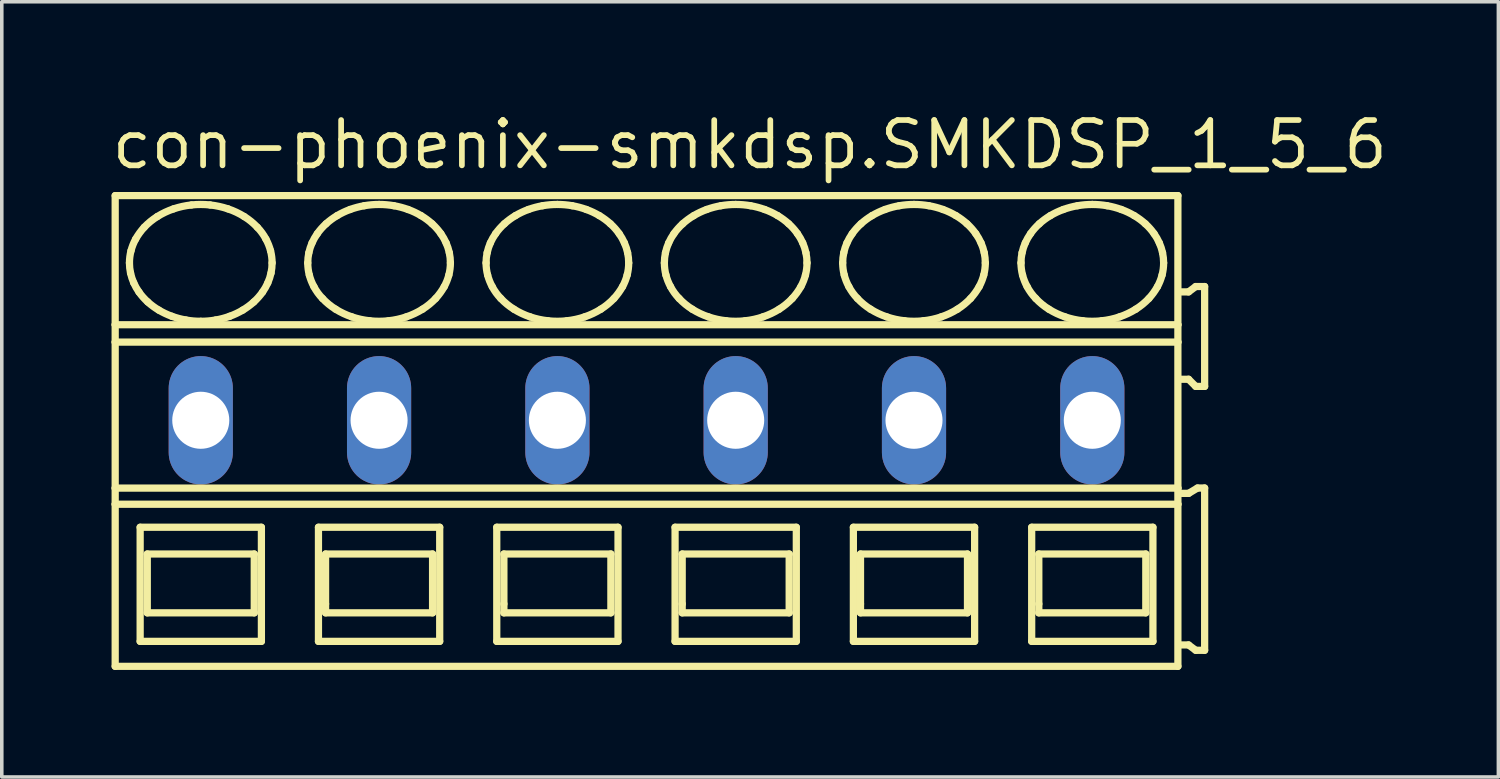
<source format=kicad_pcb>
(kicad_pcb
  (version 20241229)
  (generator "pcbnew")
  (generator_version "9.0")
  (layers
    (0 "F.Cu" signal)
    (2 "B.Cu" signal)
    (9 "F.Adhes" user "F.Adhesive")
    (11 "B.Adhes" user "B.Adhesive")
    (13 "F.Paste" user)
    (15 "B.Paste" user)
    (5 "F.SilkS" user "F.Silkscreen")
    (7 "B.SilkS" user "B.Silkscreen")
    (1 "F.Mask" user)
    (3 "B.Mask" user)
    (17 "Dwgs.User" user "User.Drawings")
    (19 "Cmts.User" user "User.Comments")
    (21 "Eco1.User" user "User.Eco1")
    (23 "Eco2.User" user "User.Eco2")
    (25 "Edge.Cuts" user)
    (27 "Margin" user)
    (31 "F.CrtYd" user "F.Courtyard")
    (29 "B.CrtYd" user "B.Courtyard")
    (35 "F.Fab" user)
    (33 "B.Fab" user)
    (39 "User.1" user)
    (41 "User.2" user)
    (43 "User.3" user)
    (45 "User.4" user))
  (footprint "con-phoenix-smkdsp.SMKDSP_1_5_6"
    (layer "F.Cu")
    (at 5.08 8.735)
    (property "Reference" "con-phoenix-smkdsp.SMKDSP_1_5_6" (at -5.08 -6.985 0) (layer "F.SilkS") (effects (font (size 1.27 1.27) (thickness 0.16)) (justify left bottom)))
    (attr through_hole)
    (fp_line (start -4.9 -6.3) (end -4.9 -2.679) (stroke (width 0.203) (type default)) (layer "F.SilkS"))
    (fp_line (start -4.9 -2.679) (end -4.9 -2.192) (stroke (width 0.203) (type default)) (layer "F.SilkS"))
    (fp_line (start -4.9 -2.192) (end -4.9 1.902) (stroke (width 0.203) (type default)) (layer "F.SilkS"))
    (fp_line (start -4.9 1.902) (end -4.9 2.354) (stroke (width 0.203) (type default)) (layer "F.SilkS"))
    (fp_line (start -4.9 2.354) (end -4.9 6.9) (stroke (width 0.203) (type default)) (layer "F.SilkS"))
    (fp_line (start -4.9 6.9) (end 24.9 6.9) (stroke (width 0.203) (type default)) (layer "F.SilkS"))
    (fp_line (start -4.2 3) (end -4.2 6.2) (stroke (width 0.203) (type default)) (layer "F.SilkS"))
    (fp_line (start -4.2 6.2) (end -0.8 6.2) (stroke (width 0.203) (type default)) (layer "F.SilkS"))
    (fp_line (start -4 3.75) (end -4 5.4) (stroke (width 0.203) (type default)) (layer "F.SilkS"))
    (fp_line (start -4 5.4) (end -1 5.4) (stroke (width 0.203) (type default)) (layer "F.SilkS"))
    (fp_line (start -1 3.75) (end -4 3.75) (stroke (width 0.203) (type default)) (layer "F.SilkS"))
    (fp_line (start -1 5.4) (end -1 3.75) (stroke (width 0.203) (type default)) (layer "F.SilkS"))
    (fp_line (start -0.8 3) (end -4.2 3) (stroke (width 0.203) (type default)) (layer "F.SilkS"))
    (fp_line (start -0.8 6.2) (end -0.8 3) (stroke (width 0.203) (type default)) (layer "F.SilkS"))
    (fp_line (start 0.8 3) (end 0.8 6.2) (stroke (width 0.203) (type default)) (layer "F.SilkS"))
    (fp_line (start 0.8 6.2) (end 4.2 6.2) (stroke (width 0.203) (type default)) (layer "F.SilkS"))
    (fp_line (start 1 3.75) (end 1 5.15) (stroke (width 0.203) (type default)) (layer "F.SilkS"))
    (fp_line (start 1 5.15) (end 1 5.4) (stroke (width 0.203) (type default)) (layer "F.SilkS"))
    (fp_line (start 1 5.4) (end 4 5.4) (stroke (width 0.203) (type default)) (layer "F.SilkS"))
    (fp_line (start 4 3.75) (end 1 3.75) (stroke (width 0.203) (type default)) (layer "F.SilkS"))
    (fp_line (start 4 5.4) (end 4 3.75) (stroke (width 0.203) (type default)) (layer "F.SilkS"))
    (fp_line (start 4.2 3) (end 0.8 3) (stroke (width 0.203) (type default)) (layer "F.SilkS"))
    (fp_line (start 4.2 6.2) (end 4.2 3) (stroke (width 0.203) (type default)) (layer "F.SilkS"))
    (fp_line (start 5.8 3) (end 5.8 6.2) (stroke (width 0.203) (type default)) (layer "F.SilkS"))
    (fp_line (start 5.8 6.2) (end 9.2 6.2) (stroke (width 0.203) (type default)) (layer "F.SilkS"))
    (fp_line (start 6 3.75) (end 6 5.15) (stroke (width 0.203) (type default)) (layer "F.SilkS"))
    (fp_line (start 6 5.15) (end 6 5.4) (stroke (width 0.203) (type default)) (layer "F.SilkS"))
    (fp_line (start 6 5.4) (end 9 5.4) (stroke (width 0.203) (type default)) (layer "F.SilkS"))
    (fp_line (start 9 3.75) (end 6 3.75) (stroke (width 0.203) (type default)) (layer "F.SilkS"))
    (fp_line (start 9 5.4) (end 9 3.75) (stroke (width 0.203) (type default)) (layer "F.SilkS"))
    (fp_line (start 9.2 3) (end 5.8 3) (stroke (width 0.203) (type default)) (layer "F.SilkS"))
    (fp_line (start 9.2 6.2) (end 9.2 3) (stroke (width 0.203) (type default)) (layer "F.SilkS"))
    (fp_line (start 10.8 3) (end 10.8 6.2) (stroke (width 0.203) (type default)) (layer "F.SilkS"))
    (fp_line (start 10.8 6.2) (end 14.2 6.2) (stroke (width 0.203) (type default)) (layer "F.SilkS"))
    (fp_line (start 11 3.75) (end 11 5.15) (stroke (width 0.203) (type default)) (layer "F.SilkS"))
    (fp_line (start 11 5.15) (end 11 5.4) (stroke (width 0.203) (type default)) (layer "F.SilkS"))
    (fp_line (start 11 5.4) (end 14 5.4) (stroke (width 0.203) (type default)) (layer "F.SilkS"))
    (fp_line (start 14 3.75) (end 11 3.75) (stroke (width 0.203) (type default)) (layer "F.SilkS"))
    (fp_line (start 14 5.4) (end 14 3.75) (stroke (width 0.203) (type default)) (layer "F.SilkS"))
    (fp_line (start 14.2 3) (end 10.8 3) (stroke (width 0.203) (type default)) (layer "F.SilkS"))
    (fp_line (start 14.2 6.2) (end 14.2 3) (stroke (width 0.203) (type default)) (layer "F.SilkS"))
    (fp_line (start 15.8 3) (end 15.8 6.2) (stroke (width 0.203) (type default)) (layer "F.SilkS"))
    (fp_line (start 15.8 6.2) (end 19.2 6.2) (stroke (width 0.203) (type default)) (layer "F.SilkS"))
    (fp_line (start 16 3.75) (end 16 5.15) (stroke (width 0.203) (type default)) (layer "F.SilkS"))
    (fp_line (start 16 5.15) (end 16 5.4) (stroke (width 0.203) (type default)) (layer "F.SilkS"))
    (fp_line (start 16 5.4) (end 19 5.4) (stroke (width 0.203) (type default)) (layer "F.SilkS"))
    (fp_line (start 19 3.75) (end 16 3.75) (stroke (width 0.203) (type default)) (layer "F.SilkS"))
    (fp_line (start 19 5.4) (end 19 3.75) (stroke (width 0.203) (type default)) (layer "F.SilkS"))
    (fp_line (start 19.2 3) (end 15.8 3) (stroke (width 0.203) (type default)) (layer "F.SilkS"))
    (fp_line (start 19.2 6.2) (end 19.2 3) (stroke (width 0.203) (type default)) (layer "F.SilkS"))
    (fp_line (start 20.8 3) (end 20.8 6.2) (stroke (width 0.203) (type default)) (layer "F.SilkS"))
    (fp_line (start 20.8 6.2) (end 24.2 6.2) (stroke (width 0.203) (type default)) (layer "F.SilkS"))
    (fp_line (start 21 3.75) (end 21 5.15) (stroke (width 0.203) (type default)) (layer "F.SilkS"))
    (fp_line (start 21 5.15) (end 21 5.4) (stroke (width 0.203) (type default)) (layer "F.SilkS"))
    (fp_line (start 21 5.4) (end 24 5.4) (stroke (width 0.203) (type default)) (layer "F.SilkS"))
    (fp_line (start 24 3.75) (end 21 3.75) (stroke (width 0.203) (type default)) (layer "F.SilkS"))
    (fp_line (start 24 5.4) (end 24 3.75) (stroke (width 0.203) (type default)) (layer "F.SilkS"))
    (fp_line (start 24.2 3) (end 20.8 3) (stroke (width 0.203) (type default)) (layer "F.SilkS"))
    (fp_line (start 24.2 6.2) (end 24.2 3) (stroke (width 0.203) (type default)) (layer "F.SilkS"))
    (fp_line (start 24.9 -6.3) (end -4.9 -6.3) (stroke (width 0.203) (type default)) (layer "F.SilkS"))
    (fp_line (start 24.9 -2.679) (end -4.9 -2.679) (stroke (width 0.203) (type default)) (layer "F.SilkS"))
    (fp_line (start 24.9 -2.679) (end 24.9 -6.3) (stroke (width 0.203) (type default)) (layer "F.SilkS"))
    (fp_line (start 24.9 -2.192) (end -4.9 -2.192) (stroke (width 0.203) (type default)) (layer "F.SilkS"))
    (fp_line (start 24.9 -2.192) (end 24.9 -2.679) (stroke (width 0.203) (type default)) (layer "F.SilkS"))
    (fp_line (start 24.9 1.902) (end -4.9 1.902) (stroke (width 0.203) (type default)) (layer "F.SilkS"))
    (fp_line (start 24.9 1.902) (end 24.9 -2.192) (stroke (width 0.203) (type default)) (layer "F.SilkS"))
    (fp_line (start 24.9 2.354) (end -4.9 2.354) (stroke (width 0.203) (type default)) (layer "F.SilkS"))
    (fp_line (start 24.9 2.354) (end 24.9 1.902) (stroke (width 0.203) (type default)) (layer "F.SilkS"))
    (fp_line (start 24.9 6.9) (end 24.9 2.354) (stroke (width 0.203) (type default)) (layer "F.SilkS"))
    (fp_line (start 25 -1.15) (end 25.2 -1.15) (stroke (width 0.203) (type default)) (layer "F.SilkS"))
    (fp_line (start 25 6.3) (end 25.2 6.3) (stroke (width 0.203) (type default)) (layer "F.SilkS"))
    (fp_line (start 25.2 -3.6) (end 25 -3.6) (stroke (width 0.203) (type default)) (layer "F.SilkS"))
    (fp_line (start 25.2 -1.15) (end 25.4 -0.95) (stroke (width 0.203) (type default)) (layer "F.SilkS"))
    (fp_line (start 25.2 2.05) (end 25 2.05) (stroke (width 0.203) (type default)) (layer "F.SilkS"))
    (fp_line (start 25.2 6.3) (end 25.4 6.45) (stroke (width 0.203) (type default)) (layer "F.SilkS"))
    (fp_line (start 25.4 -3.75) (end 25.2 -3.6) (stroke (width 0.203) (type default)) (layer "F.SilkS"))
    (fp_line (start 25.4 -0.95) (end 25.65 -0.95) (stroke (width 0.203) (type default)) (layer "F.SilkS"))
    (fp_line (start 25.4 6.45) (end 25.65 6.45) (stroke (width 0.203) (type default)) (layer "F.SilkS"))
    (fp_line (start 25.45 1.9) (end 25.2 2.05) (stroke (width 0.203) (type default)) (layer "F.SilkS"))
    (fp_line (start 25.65 -3.75) (end 25.4 -3.75) (stroke (width 0.203) (type default)) (layer "F.SilkS"))
    (fp_line (start 25.65 -0.95) (end 25.65 -3.75) (stroke (width 0.203) (type default)) (layer "F.SilkS"))
    (fp_line (start 25.65 1.9) (end 25.45 1.9) (stroke (width 0.203) (type default)) (layer "F.SilkS"))
    (fp_line (start 25.65 6.45) (end 25.65 1.9) (stroke (width 0.203) (type default)) (layer "F.SilkS"))
    (fp_arc (start -4.5 -4.4136) (mid -4.488905 -4.585389) (end -4.4562 -4.7544) (stroke (width 0.2032) (type default)) (layer "F.SilkS"))
    (fp_arc (start -4.4695 -4.1287) (mid -4.492309 -4.270341) (end -4.5 -4.4136) (stroke (width 0.2032) (type default)) (layer "F.SilkS"))
    (fp_arc (start -4.4562 -4.7544) (mid -4.401558 -4.920839) (end -4.3273 -5.0795) (stroke (width 0.2032) (type default)) (layer "F.SilkS"))
    (fp_arc (start -4.3795 -3.8536) (mid -4.431599 -3.988827) (end -4.4695 -4.1287) (stroke (width 0.2032) (type default)) (layer "F.SilkS"))
    (fp_arc (start -4.3274 -5.0795) (mid -4.216217 -5.252167) (end -4.0864 -5.4113) (stroke (width 0.2032) (type default)) (layer "F.SilkS"))
    (fp_arc (start -4.232 -3.5945) (mid -4.312155 -3.720404) (end -4.3795 -3.8536) (stroke (width 0.2032) (type default)) (layer "F.SilkS"))
    (fp_arc (start -4.0864 -5.4113) (mid -3.911717 -5.573771) (end -3.718 -5.713) (stroke (width 0.2032) (type default)) (layer "F.SilkS"))
    (fp_arc (start -3.9861 -3.3171) (mid -4.116737 -3.448975) (end -4.2321 -3.5944) (stroke (width 0.2032) (type default)) (layer "F.SilkS"))
    (fp_arc (start -3.718 -5.713) (mid -3.497651 -5.83326) (end -3.2649 -5.9273) (stroke (width 0.2032) (type default)) (layer "F.SilkS"))
    (fp_arc (start -3.676 -3.0884) (mid -3.836846 -3.19489) (end -3.9861 -3.3171) (stroke (width 0.2032) (type default)) (layer "F.SilkS"))
    (fp_arc (start -3.313 -2.9167) (mid -3.498551 -2.993985) (end -3.676 -3.0884) (stroke (width 0.2032) (type default)) (layer "F.SilkS"))
    (fp_arc (start -3.2649 -5.9273) (mid -3.016253 -5.996227) (end -2.7616 -6.0378) (stroke (width 0.2032) (type default)) (layer "F.SilkS"))
    (fp_arc (start -2.9161 -2.8111) (mid -3.116893 -2.855096) (end -3.313 -2.9167) (stroke (width 0.2032) (type default)) (layer "F.SilkS"))
    (fp_arc (start -2.7616 -6.0378) (mid -2.5 -6.051841) (end -2.2384 -6.0378) (stroke (width 0.2032) (type default)) (layer "F.SilkS"))
    (fp_arc (start -2.5 -2.7752) (mid -2.708826 -2.784159) (end -2.9161 -2.8111) (stroke (width 0.2032) (type default)) (layer "F.SilkS"))
    (fp_arc (start -2.2384 -6.0378) (mid -1.983714 -5.996378) (end -1.7351 -5.9273) (stroke (width 0.2032) (type default)) (layer "F.SilkS"))
    (fp_arc (start -2.0839 -2.8111) (mid -2.291182 -2.784277) (end -2.5 -2.7753) (stroke (width 0.2032) (type default)) (layer "F.SilkS"))
    (fp_arc (start -1.7351 -5.9273) (mid -1.502222 -5.83353) (end -1.282 -5.713) (stroke (width 0.2032) (type default)) (layer "F.SilkS"))
    (fp_arc (start -1.687 -2.9167) (mid -1.883128 -2.855175) (end -2.0839 -2.8111) (stroke (width 0.2032) (type default)) (layer "F.SilkS"))
    (fp_arc (start -1.324 -3.0884) (mid -1.501514 -2.994123) (end -1.687 -2.9167) (stroke (width 0.2032) (type default)) (layer "F.SilkS"))
    (fp_arc (start -1.282 -5.713) (mid -1.088036 -5.574073) (end -0.9136 -5.4113) (stroke (width 0.2032) (type default)) (layer "F.SilkS"))
    (fp_arc (start -1.0139 -3.3171) (mid -1.163276 -3.195057) (end -1.324 -3.0884) (stroke (width 0.2032) (type default)) (layer "F.SilkS"))
    (fp_arc (start -0.9137 -5.4112) (mid -0.781313 -5.253987) (end -0.6727 -5.0795) (stroke (width 0.2032) (type default)) (layer "F.SilkS"))
    (fp_arc (start -0.7679 -3.5944) (mid -0.88339 -3.449088) (end -1.0139 -3.3171) (stroke (width 0.2032) (type default)) (layer "F.SilkS"))
    (fp_arc (start -0.6727 -5.0795) (mid -0.598286 -4.920901) (end -0.5438 -4.7544) (stroke (width 0.2032) (type default)) (layer "F.SilkS"))
    (fp_arc (start -0.6204 -3.8536) (mid -0.687861 -3.720421) (end -0.7679 -3.5944) (stroke (width 0.2032) (type default)) (layer "F.SilkS"))
    (fp_arc (start -0.5438 -4.7544) (mid -0.511083 -4.58539) (end -0.5 -4.4136) (stroke (width 0.2032) (type default)) (layer "F.SilkS"))
    (fp_arc (start -0.5305 -4.1287) (mid -0.568473 -3.988851) (end -0.6205 -3.8536) (stroke (width 0.2032) (type default)) (layer "F.SilkS"))
    (fp_arc (start -0.5001 -4.4136) (mid -0.50774 -4.270343) (end -0.5305 -4.1287) (stroke (width 0.2032) (type default)) (layer "F.SilkS"))
    (fp_arc (start 0.5 -4.4136) (mid 0.507693 -4.556809) (end 0.5305 -4.6984) (stroke (width 0.2032) (type default)) (layer "F.SilkS"))
    (fp_arc (start 0.5305 -4.6984) (mid 0.568467 -4.8383) (end 0.6205 -4.9736) (stroke (width 0.2032) (type default)) (layer "F.SilkS"))
    (fp_arc (start 0.5438 -4.0727) (mid 0.511073 -4.241759) (end 0.5 -4.4136) (stroke (width 0.2032) (type default)) (layer "F.SilkS"))
    (fp_arc (start 0.6204 -4.9736) (mid 0.687866 -5.106728) (end 0.7679 -5.2327) (stroke (width 0.2032) (type default)) (layer "F.SilkS"))
    (fp_arc (start 0.6727 -3.7476) (mid 0.598288 -3.9062) (end 0.5438 -4.0727) (stroke (width 0.2032) (type default)) (layer "F.SilkS"))
    (fp_arc (start 0.7679 -5.2327) (mid 0.883386 -5.378016) (end 1.0139 -5.51) (stroke (width 0.2032) (type default)) (layer "F.SilkS"))
    (fp_arc (start 0.9136 -3.4159) (mid 0.781267 -3.57312) (end 0.6727 -3.7476) (stroke (width 0.2032) (type default)) (layer "F.SilkS"))
    (fp_arc (start 1.0139 -5.51) (mid 1.163277 -5.632042) (end 1.324 -5.7387) (stroke (width 0.2032) (type default)) (layer "F.SilkS"))
    (fp_arc (start 1.282 -3.1141) (mid 1.088032 -3.253077) (end 0.9136 -3.4159) (stroke (width 0.2032) (type default)) (layer "F.SilkS"))
    (fp_arc (start 1.324 -5.7387) (mid 1.501514 -5.832977) (end 1.687 -5.9104) (stroke (width 0.2032) (type default)) (layer "F.SilkS"))
    (fp_arc (start 1.687 -5.9104) (mid 1.883128 -5.971925) (end 2.0839 -6.016) (stroke (width 0.2032) (type default)) (layer "F.SilkS"))
    (fp_arc (start 1.7351 -2.8998) (mid 1.502222 -2.993571) (end 1.282 -3.1141) (stroke (width 0.2032) (type default)) (layer "F.SilkS"))
    (fp_arc (start 2.0839 -6.0161) (mid 2.291183 -6.042919) (end 2.5 -6.0519) (stroke (width 0.2032) (type default)) (layer "F.SilkS"))
    (fp_arc (start 2.2384 -2.7893) (mid 1.983714 -2.830721) (end 1.7351 -2.8998) (stroke (width 0.2032) (type default)) (layer "F.SilkS"))
    (fp_arc (start 2.5 -6.0519) (mid 2.708826 -6.042941) (end 2.9161 -6.016) (stroke (width 0.2032) (type default)) (layer "F.SilkS"))
    (fp_arc (start 2.7616 -2.7893) (mid 2.5 -2.775259) (end 2.2384 -2.7893) (stroke (width 0.2032) (type default)) (layer "F.SilkS"))
    (fp_arc (start 2.9161 -6.016) (mid 3.116893 -5.972004) (end 3.313 -5.9104) (stroke (width 0.2032) (type default)) (layer "F.SilkS"))
    (fp_arc (start 3.2649 -2.8998) (mid 3.016253 -2.830873) (end 2.7616 -2.7893) (stroke (width 0.2032) (type default)) (layer "F.SilkS"))
    (fp_arc (start 3.313 -5.9104) (mid 3.498552 -5.833116) (end 3.676 -5.7387) (stroke (width 0.2032) (type default)) (layer "F.SilkS"))
    (fp_arc (start 3.676 -5.7387) (mid 3.836846 -5.632209) (end 3.9861 -5.51) (stroke (width 0.2032) (type default)) (layer "F.SilkS"))
    (fp_arc (start 3.718 -3.1141) (mid 3.497651 -2.993839) (end 3.2649 -2.8998) (stroke (width 0.2032) (type default)) (layer "F.SilkS"))
    (fp_arc (start 3.9861 -5.51) (mid 4.116738 -5.378126) (end 4.2321 -5.2327) (stroke (width 0.2032) (type default)) (layer "F.SilkS"))
    (fp_arc (start 4.0864 -3.4159) (mid 3.911721 -3.253378) (end 3.718 -3.1141) (stroke (width 0.2032) (type default)) (layer "F.SilkS"))
    (fp_arc (start 4.2321 -5.2327) (mid 4.312204 -5.106793) (end 4.3795 -4.9736) (stroke (width 0.2032) (type default)) (layer "F.SilkS"))
    (fp_arc (start 4.3273 -3.7476) (mid 4.216161 -3.574988) (end 4.0864 -3.4159) (stroke (width 0.2032) (type default)) (layer "F.SilkS"))
    (fp_arc (start 4.3795 -4.9736) (mid 4.431605 -4.838324) (end 4.4695 -4.6984) (stroke (width 0.2032) (type default)) (layer "F.SilkS"))
    (fp_arc (start 4.4562 -4.0727) (mid 4.401557 -3.906262) (end 4.3273 -3.7476) (stroke (width 0.2032) (type default)) (layer "F.SilkS"))
    (fp_arc (start 4.4695 -4.6984) (mid 4.4923 -4.556809) (end 4.5 -4.4136) (stroke (width 0.2032) (type default)) (layer "F.SilkS"))
    (fp_arc (start 4.5 -4.4136) (mid 4.488914 -4.241761) (end 4.4562 -4.0727) (stroke (width 0.2032) (type default)) (layer "F.SilkS"))
    (fp_arc (start 5.5 -4.4136) (mid 5.507693 -4.556809) (end 5.5305 -4.6984) (stroke (width 0.2032) (type default)) (layer "F.SilkS"))
    (fp_arc (start 5.5305 -4.6984) (mid 5.568467 -4.8383) (end 5.6205 -4.9736) (stroke (width 0.2032) (type default)) (layer "F.SilkS"))
    (fp_arc (start 5.5438 -4.0727) (mid 5.511073 -4.241759) (end 5.5 -4.4136) (stroke (width 0.2032) (type default)) (layer "F.SilkS"))
    (fp_arc (start 5.6204 -4.9736) (mid 5.687866 -5.106728) (end 5.7679 -5.2327) (stroke (width 0.2032) (type default)) (layer "F.SilkS"))
    (fp_arc (start 5.6727 -3.7476) (mid 5.598288 -3.9062) (end 5.5438 -4.0727) (stroke (width 0.2032) (type default)) (layer "F.SilkS"))
    (fp_arc (start 5.7679 -5.2327) (mid 5.883386 -5.378016) (end 6.0139 -5.51) (stroke (width 0.2032) (type default)) (layer "F.SilkS"))
    (fp_arc (start 5.9136 -3.4159) (mid 5.781267 -3.57312) (end 5.6727 -3.7476) (stroke (width 0.2032) (type default)) (layer "F.SilkS"))
    (fp_arc (start 6.0139 -5.51) (mid 6.163277 -5.632042) (end 6.324 -5.7387) (stroke (width 0.2032) (type default)) (layer "F.SilkS"))
    (fp_arc (start 6.282 -3.1141) (mid 6.088032 -3.253077) (end 5.9136 -3.4159) (stroke (width 0.2032) (type default)) (layer "F.SilkS"))
    (fp_arc (start 6.324 -5.7387) (mid 6.501514 -5.832977) (end 6.687 -5.9104) (stroke (width 0.2032) (type default)) (layer "F.SilkS"))
    (fp_arc (start 6.687 -5.9104) (mid 6.883128 -5.971925) (end 7.0839 -6.016) (stroke (width 0.2032) (type default)) (layer "F.SilkS"))
    (fp_arc (start 6.7351 -2.8998) (mid 6.502222 -2.993571) (end 6.282 -3.1141) (stroke (width 0.2032) (type default)) (layer "F.SilkS"))
    (fp_arc (start 7.0839 -6.0161) (mid 7.291183 -6.042919) (end 7.5 -6.0519) (stroke (width 0.2032) (type default)) (layer "F.SilkS"))
    (fp_arc (start 7.2384 -2.7893) (mid 6.983714 -2.830721) (end 6.7351 -2.8998) (stroke (width 0.2032) (type default)) (layer "F.SilkS"))
    (fp_arc (start 7.5 -6.0519) (mid 7.708826 -6.042941) (end 7.9161 -6.016) (stroke (width 0.2032) (type default)) (layer "F.SilkS"))
    (fp_arc (start 7.7616 -2.7893) (mid 7.5 -2.775259) (end 7.2384 -2.7893) (stroke (width 0.2032) (type default)) (layer "F.SilkS"))
    (fp_arc (start 7.9161 -6.016) (mid 8.116893 -5.972004) (end 8.313 -5.9104) (stroke (width 0.2032) (type default)) (layer "F.SilkS"))
    (fp_arc (start 8.2649 -2.8998) (mid 8.016253 -2.830873) (end 7.7616 -2.7893) (stroke (width 0.2032) (type default)) (layer "F.SilkS"))
    (fp_arc (start 8.313 -5.9104) (mid 8.498552 -5.833116) (end 8.676 -5.7387) (stroke (width 0.2032) (type default)) (layer "F.SilkS"))
    (fp_arc (start 8.676 -5.7387) (mid 8.836846 -5.632209) (end 8.9861 -5.51) (stroke (width 0.2032) (type default)) (layer "F.SilkS"))
    (fp_arc (start 8.718 -3.1141) (mid 8.497651 -2.993839) (end 8.2649 -2.8998) (stroke (width 0.2032) (type default)) (layer "F.SilkS"))
    (fp_arc (start 8.9861 -5.51) (mid 9.116738 -5.378126) (end 9.2321 -5.2327) (stroke (width 0.2032) (type default)) (layer "F.SilkS"))
    (fp_arc (start 9.0864 -3.4159) (mid 8.911721 -3.253378) (end 8.718 -3.1141) (stroke (width 0.2032) (type default)) (layer "F.SilkS"))
    (fp_arc (start 9.2321 -5.2327) (mid 9.312204 -5.106793) (end 9.3795 -4.9736) (stroke (width 0.2032) (type default)) (layer "F.SilkS"))
    (fp_arc (start 9.3273 -3.7476) (mid 9.216161 -3.574988) (end 9.0864 -3.4159) (stroke (width 0.2032) (type default)) (layer "F.SilkS"))
    (fp_arc (start 9.3795 -4.9736) (mid 9.431605 -4.838324) (end 9.4695 -4.6984) (stroke (width 0.2032) (type default)) (layer "F.SilkS"))
    (fp_arc (start 9.4562 -4.0727) (mid 9.401557 -3.906262) (end 9.3273 -3.7476) (stroke (width 0.2032) (type default)) (layer "F.SilkS"))
    (fp_arc (start 9.4695 -4.6984) (mid 9.4923 -4.556809) (end 9.5 -4.4136) (stroke (width 0.2032) (type default)) (layer "F.SilkS"))
    (fp_arc (start 9.5 -4.4136) (mid 9.488914 -4.241761) (end 9.4562 -4.0727) (stroke (width 0.2032) (type default)) (layer "F.SilkS"))
    (fp_arc (start 10.5 -4.4136) (mid 10.507693 -4.556809) (end 10.5305 -4.6984) (stroke (width 0.2032) (type default)) (layer "F.SilkS"))
    (fp_arc (start 10.5305 -4.6984) (mid 10.568467 -4.8383) (end 10.6205 -4.9736) (stroke (width 0.2032) (type default)) (layer "F.SilkS"))
    (fp_arc (start 10.5438 -4.0727) (mid 10.511073 -4.241759) (end 10.5 -4.4136) (stroke (width 0.2032) (type default)) (layer "F.SilkS"))
    (fp_arc (start 10.6204 -4.9736) (mid 10.687866 -5.106728) (end 10.7679 -5.2327) (stroke (width 0.2032) (type default)) (layer "F.SilkS"))
    (fp_arc (start 10.6727 -3.7476) (mid 10.598288 -3.9062) (end 10.5438 -4.0727) (stroke (width 0.2032) (type default)) (layer "F.SilkS"))
    (fp_arc (start 10.7679 -5.2327) (mid 10.883386 -5.378016) (end 11.0139 -5.51) (stroke (width 0.2032) (type default)) (layer "F.SilkS"))
    (fp_arc (start 10.9136 -3.4159) (mid 10.781267 -3.57312) (end 10.6727 -3.7476) (stroke (width 0.2032) (type default)) (layer "F.SilkS"))
    (fp_arc (start 11.0139 -5.51) (mid 11.163277 -5.632042) (end 11.324 -5.7387) (stroke (width 0.2032) (type default)) (layer "F.SilkS"))
    (fp_arc (start 11.282 -3.1141) (mid 11.088032 -3.253077) (end 10.9136 -3.4159) (stroke (width 0.2032) (type default)) (layer "F.SilkS"))
    (fp_arc (start 11.324 -5.7387) (mid 11.501514 -5.832977) (end 11.687 -5.9104) (stroke (width 0.2032) (type default)) (layer "F.SilkS"))
    (fp_arc (start 11.687 -5.9104) (mid 11.883128 -5.971925) (end 12.0839 -6.016) (stroke (width 0.2032) (type default)) (layer "F.SilkS"))
    (fp_arc (start 11.7351 -2.8998) (mid 11.502222 -2.993571) (end 11.282 -3.1141) (stroke (width 0.2032) (type default)) (layer "F.SilkS"))
    (fp_arc (start 12.0839 -6.0161) (mid 12.291183 -6.042919) (end 12.5 -6.0519) (stroke (width 0.2032) (type default)) (layer "F.SilkS"))
    (fp_arc (start 12.2384 -2.7893) (mid 11.983714 -2.830721) (end 11.7351 -2.8998) (stroke (width 0.2032) (type default)) (layer "F.SilkS"))
    (fp_arc (start 12.5 -6.0519) (mid 12.708826 -6.042941) (end 12.9161 -6.016) (stroke (width 0.2032) (type default)) (layer "F.SilkS"))
    (fp_arc (start 12.7616 -2.7893) (mid 12.5 -2.775259) (end 12.2384 -2.7893) (stroke (width 0.2032) (type default)) (layer "F.SilkS"))
    (fp_arc (start 12.9161 -6.016) (mid 13.116893 -5.972004) (end 13.313 -5.9104) (stroke (width 0.2032) (type default)) (layer "F.SilkS"))
    (fp_arc (start 13.2649 -2.8998) (mid 13.016253 -2.830873) (end 12.7616 -2.7893) (stroke (width 0.2032) (type default)) (layer "F.SilkS"))
    (fp_arc (start 13.313 -5.9104) (mid 13.498552 -5.833116) (end 13.676 -5.7387) (stroke (width 0.2032) (type default)) (layer "F.SilkS"))
    (fp_arc (start 13.676 -5.7387) (mid 13.836846 -5.632209) (end 13.9861 -5.51) (stroke (width 0.2032) (type default)) (layer "F.SilkS"))
    (fp_arc (start 13.718 -3.1141) (mid 13.497651 -2.993839) (end 13.2649 -2.8998) (stroke (width 0.2032) (type default)) (layer "F.SilkS"))
    (fp_arc (start 13.9861 -5.51) (mid 14.116738 -5.378126) (end 14.2321 -5.2327) (stroke (width 0.2032) (type default)) (layer "F.SilkS"))
    (fp_arc (start 14.0864 -3.4159) (mid 13.911721 -3.253378) (end 13.718 -3.1141) (stroke (width 0.2032) (type default)) (layer "F.SilkS"))
    (fp_arc (start 14.2321 -5.2327) (mid 14.312204 -5.106793) (end 14.3795 -4.9736) (stroke (width 0.2032) (type default)) (layer "F.SilkS"))
    (fp_arc (start 14.3273 -3.7476) (mid 14.216161 -3.574988) (end 14.0864 -3.4159) (stroke (width 0.2032) (type default)) (layer "F.SilkS"))
    (fp_arc (start 14.3795 -4.9736) (mid 14.431605 -4.838324) (end 14.4695 -4.6984) (stroke (width 0.2032) (type default)) (layer "F.SilkS"))
    (fp_arc (start 14.4562 -4.0727) (mid 14.401557 -3.906262) (end 14.3273 -3.7476) (stroke (width 0.2032) (type default)) (layer "F.SilkS"))
    (fp_arc (start 14.4695 -4.6984) (mid 14.4923 -4.556809) (end 14.5 -4.4136) (stroke (width 0.2032) (type default)) (layer "F.SilkS"))
    (fp_arc (start 14.5 -4.4136) (mid 14.488914 -4.241761) (end 14.4562 -4.0727) (stroke (width 0.2032) (type default)) (layer "F.SilkS"))
    (fp_arc (start 15.5 -4.4136) (mid 15.507693 -4.556809) (end 15.5305 -4.6984) (stroke (width 0.2032) (type default)) (layer "F.SilkS"))
    (fp_arc (start 15.5305 -4.6984) (mid 15.568467 -4.8383) (end 15.6205 -4.9736) (stroke (width 0.2032) (type default)) (layer "F.SilkS"))
    (fp_arc (start 15.5438 -4.0727) (mid 15.511073 -4.241759) (end 15.5 -4.4136) (stroke (width 0.2032) (type default)) (layer "F.SilkS"))
    (fp_arc (start 15.6204 -4.9736) (mid 15.687866 -5.106728) (end 15.7679 -5.2327) (stroke (width 0.2032) (type default)) (layer "F.SilkS"))
    (fp_arc (start 15.6727 -3.7476) (mid 15.598288 -3.9062) (end 15.5438 -4.0727) (stroke (width 0.2032) (type default)) (layer "F.SilkS"))
    (fp_arc (start 15.7679 -5.2327) (mid 15.883386 -5.378016) (end 16.0139 -5.51) (stroke (width 0.2032) (type default)) (layer "F.SilkS"))
    (fp_arc (start 15.9136 -3.4159) (mid 15.781267 -3.57312) (end 15.6727 -3.7476) (stroke (width 0.2032) (type default)) (layer "F.SilkS"))
    (fp_arc (start 16.0139 -5.51) (mid 16.163277 -5.632042) (end 16.324 -5.7387) (stroke (width 0.2032) (type default)) (layer "F.SilkS"))
    (fp_arc (start 16.282 -3.1141) (mid 16.088032 -3.253077) (end 15.9136 -3.4159) (stroke (width 0.2032) (type default)) (layer "F.SilkS"))
    (fp_arc (start 16.324 -5.7387) (mid 16.501514 -5.832977) (end 16.687 -5.9104) (stroke (width 0.2032) (type default)) (layer "F.SilkS"))
    (fp_arc (start 16.687 -5.9104) (mid 16.883128 -5.971925) (end 17.0839 -6.016) (stroke (width 0.2032) (type default)) (layer "F.SilkS"))
    (fp_arc (start 16.7351 -2.8998) (mid 16.502222 -2.993571) (end 16.282 -3.1141) (stroke (width 0.2032) (type default)) (layer "F.SilkS"))
    (fp_arc (start 17.0839 -6.0161) (mid 17.291183 -6.042919) (end 17.5 -6.0519) (stroke (width 0.2032) (type default)) (layer "F.SilkS"))
    (fp_arc (start 17.2384 -2.7893) (mid 16.983714 -2.830721) (end 16.7351 -2.8998) (stroke (width 0.2032) (type default)) (layer "F.SilkS"))
    (fp_arc (start 17.5 -6.0519) (mid 17.708826 -6.042941) (end 17.9161 -6.016) (stroke (width 0.2032) (type default)) (layer "F.SilkS"))
    (fp_arc (start 17.7616 -2.7893) (mid 17.5 -2.775259) (end 17.2384 -2.7893) (stroke (width 0.2032) (type default)) (layer "F.SilkS"))
    (fp_arc (start 17.9161 -6.016) (mid 18.116893 -5.972004) (end 18.313 -5.9104) (stroke (width 0.2032) (type default)) (layer "F.SilkS"))
    (fp_arc (start 18.2649 -2.8998) (mid 18.016253 -2.830873) (end 17.7616 -2.7893) (stroke (width 0.2032) (type default)) (layer "F.SilkS"))
    (fp_arc (start 18.313 -5.9104) (mid 18.498552 -5.833116) (end 18.676 -5.7387) (stroke (width 0.2032) (type default)) (layer "F.SilkS"))
    (fp_arc (start 18.676 -5.7387) (mid 18.836846 -5.632209) (end 18.9861 -5.51) (stroke (width 0.2032) (type default)) (layer "F.SilkS"))
    (fp_arc (start 18.718 -3.1141) (mid 18.497651 -2.993839) (end 18.2649 -2.8998) (stroke (width 0.2032) (type default)) (layer "F.SilkS"))
    (fp_arc (start 18.9861 -5.51) (mid 19.116738 -5.378126) (end 19.2321 -5.2327) (stroke (width 0.2032) (type default)) (layer "F.SilkS"))
    (fp_arc (start 19.0864 -3.4159) (mid 18.911721 -3.253378) (end 18.718 -3.1141) (stroke (width 0.2032) (type default)) (layer "F.SilkS"))
    (fp_arc (start 19.2321 -5.2327) (mid 19.312204 -5.106793) (end 19.3795 -4.9736) (stroke (width 0.2032) (type default)) (layer "F.SilkS"))
    (fp_arc (start 19.3273 -3.7476) (mid 19.216161 -3.574988) (end 19.0864 -3.4159) (stroke (width 0.2032) (type default)) (layer "F.SilkS"))
    (fp_arc (start 19.3795 -4.9736) (mid 19.431605 -4.838324) (end 19.4695 -4.6984) (stroke (width 0.2032) (type default)) (layer "F.SilkS"))
    (fp_arc (start 19.4562 -4.0727) (mid 19.401557 -3.906262) (end 19.3273 -3.7476) (stroke (width 0.2032) (type default)) (layer "F.SilkS"))
    (fp_arc (start 19.4695 -4.6984) (mid 19.4923 -4.556809) (end 19.5 -4.4136) (stroke (width 0.2032) (type default)) (layer "F.SilkS"))
    (fp_arc (start 19.5 -4.4136) (mid 19.488914 -4.241761) (end 19.4562 -4.0727) (stroke (width 0.2032) (type default)) (layer "F.SilkS"))
    (fp_arc (start 20.5 -4.4136) (mid 20.507693 -4.556809) (end 20.5305 -4.6984) (stroke (width 0.2032) (type default)) (layer "F.SilkS"))
    (fp_arc (start 20.5305 -4.6984) (mid 20.568467 -4.8383) (end 20.6205 -4.9736) (stroke (width 0.2032) (type default)) (layer "F.SilkS"))
    (fp_arc (start 20.5438 -4.0727) (mid 20.511073 -4.241759) (end 20.5 -4.4136) (stroke (width 0.2032) (type default)) (layer "F.SilkS"))
    (fp_arc (start 20.6204 -4.9736) (mid 20.687866 -5.106728) (end 20.7679 -5.2327) (stroke (width 0.2032) (type default)) (layer "F.SilkS"))
    (fp_arc (start 20.6727 -3.7476) (mid 20.598288 -3.9062) (end 20.5438 -4.0727) (stroke (width 0.2032) (type default)) (layer "F.SilkS"))
    (fp_arc (start 20.7679 -5.2327) (mid 20.883386 -5.378016) (end 21.0139 -5.51) (stroke (width 0.2032) (type default)) (layer "F.SilkS"))
    (fp_arc (start 20.9136 -3.4159) (mid 20.781267 -3.57312) (end 20.6727 -3.7476) (stroke (width 0.2032) (type default)) (layer "F.SilkS"))
    (fp_arc (start 21.0139 -5.51) (mid 21.163277 -5.632042) (end 21.324 -5.7387) (stroke (width 0.2032) (type default)) (layer "F.SilkS"))
    (fp_arc (start 21.282 -3.1141) (mid 21.088032 -3.253077) (end 20.9136 -3.4159) (stroke (width 0.2032) (type default)) (layer "F.SilkS"))
    (fp_arc (start 21.324 -5.7387) (mid 21.501514 -5.832977) (end 21.687 -5.9104) (stroke (width 0.2032) (type default)) (layer "F.SilkS"))
    (fp_arc (start 21.687 -5.9104) (mid 21.883128 -5.971925) (end 22.0839 -6.016) (stroke (width 0.2032) (type default)) (layer "F.SilkS"))
    (fp_arc (start 21.7351 -2.8998) (mid 21.502222 -2.993571) (end 21.282 -3.1141) (stroke (width 0.2032) (type default)) (layer "F.SilkS"))
    (fp_arc (start 22.0839 -6.0161) (mid 22.291183 -6.042919) (end 22.5 -6.0519) (stroke (width 0.2032) (type default)) (layer "F.SilkS"))
    (fp_arc (start 22.2384 -2.7893) (mid 21.983714 -2.830721) (end 21.7351 -2.8998) (stroke (width 0.2032) (type default)) (layer "F.SilkS"))
    (fp_arc (start 22.5 -6.0519) (mid 22.708826 -6.042941) (end 22.9161 -6.016) (stroke (width 0.2032) (type default)) (layer "F.SilkS"))
    (fp_arc (start 22.7616 -2.7893) (mid 22.5 -2.775259) (end 22.2384 -2.7893) (stroke (width 0.2032) (type default)) (layer "F.SilkS"))
    (fp_arc (start 22.9161 -6.016) (mid 23.116893 -5.972004) (end 23.313 -5.9104) (stroke (width 0.2032) (type default)) (layer "F.SilkS"))
    (fp_arc (start 23.2649 -2.8998) (mid 23.016253 -2.830873) (end 22.7616 -2.7893) (stroke (width 0.2032) (type default)) (layer "F.SilkS"))
    (fp_arc (start 23.313 -5.9104) (mid 23.498552 -5.833116) (end 23.676 -5.7387) (stroke (width 0.2032) (type default)) (layer "F.SilkS"))
    (fp_arc (start 23.676 -5.7387) (mid 23.836846 -5.632209) (end 23.9861 -5.51) (stroke (width 0.2032) (type default)) (layer "F.SilkS"))
    (fp_arc (start 23.718 -3.1141) (mid 23.497651 -2.993839) (end 23.2649 -2.8998) (stroke (width 0.2032) (type default)) (layer "F.SilkS"))
    (fp_arc (start 23.9861 -5.51) (mid 24.116738 -5.378126) (end 24.2321 -5.2327) (stroke (width 0.2032) (type default)) (layer "F.SilkS"))
    (fp_arc (start 24.0864 -3.4159) (mid 23.911721 -3.253378) (end 23.718 -3.1141) (stroke (width 0.2032) (type default)) (layer "F.SilkS"))
    (fp_arc (start 24.2321 -5.2327) (mid 24.312204 -5.106793) (end 24.3795 -4.9736) (stroke (width 0.2032) (type default)) (layer "F.SilkS"))
    (fp_arc (start 24.3273 -3.7476) (mid 24.216161 -3.574988) (end 24.0864 -3.4159) (stroke (width 0.2032) (type default)) (layer "F.SilkS"))
    (fp_arc (start 24.3795 -4.9736) (mid 24.431605 -4.838324) (end 24.4695 -4.6984) (stroke (width 0.2032) (type default)) (layer "F.SilkS"))
    (fp_arc (start 24.4562 -4.0727) (mid 24.401557 -3.906262) (end 24.3273 -3.7476) (stroke (width 0.2032) (type default)) (layer "F.SilkS"))
    (fp_arc (start 24.4695 -4.6984) (mid 24.4923 -4.556809) (end 24.5 -4.4136) (stroke (width 0.2032) (type default)) (layer "F.SilkS"))
    (fp_arc (start 24.5 -4.4136) (mid 24.488914 -4.241761) (end 24.4562 -4.0727) (stroke (width 0.2032) (type default)) (layer "F.SilkS"))
    (pad "1" thru_hole oval (at -2.5 0 90) (size 3.6 1.8) (drill 1.6) (layers "*.Cu" "*.Mask"))
    (pad "2" thru_hole oval (at 2.5 0 90) (size 3.6 1.8) (drill 1.6) (layers "*.Cu" "*.Mask"))
    (pad "3" thru_hole oval (at 7.5 0 90) (size 3.6 1.8) (drill 1.6) (layers "*.Cu" "*.Mask"))
    (pad "4" thru_hole oval (at 12.5 0 90) (size 3.6 1.8) (drill 1.6) (layers "*.Cu" "*.Mask"))
    (pad "5" thru_hole oval (at 17.5 0 90) (size 3.6 1.8) (drill 1.6) (layers "*.Cu" "*.Mask"))
    (pad "6" thru_hole oval (at 22.5 0 90) (size 3.6 1.8) (drill 1.6) (layers "*.Cu" "*.Mask")))
  (gr_rect
    (start -3 -3)
    (end 38.967 18.737)
    (stroke (width 0.1) (type default))
    (fill no)
    (layer "Edge.Cuts")))
</source>
